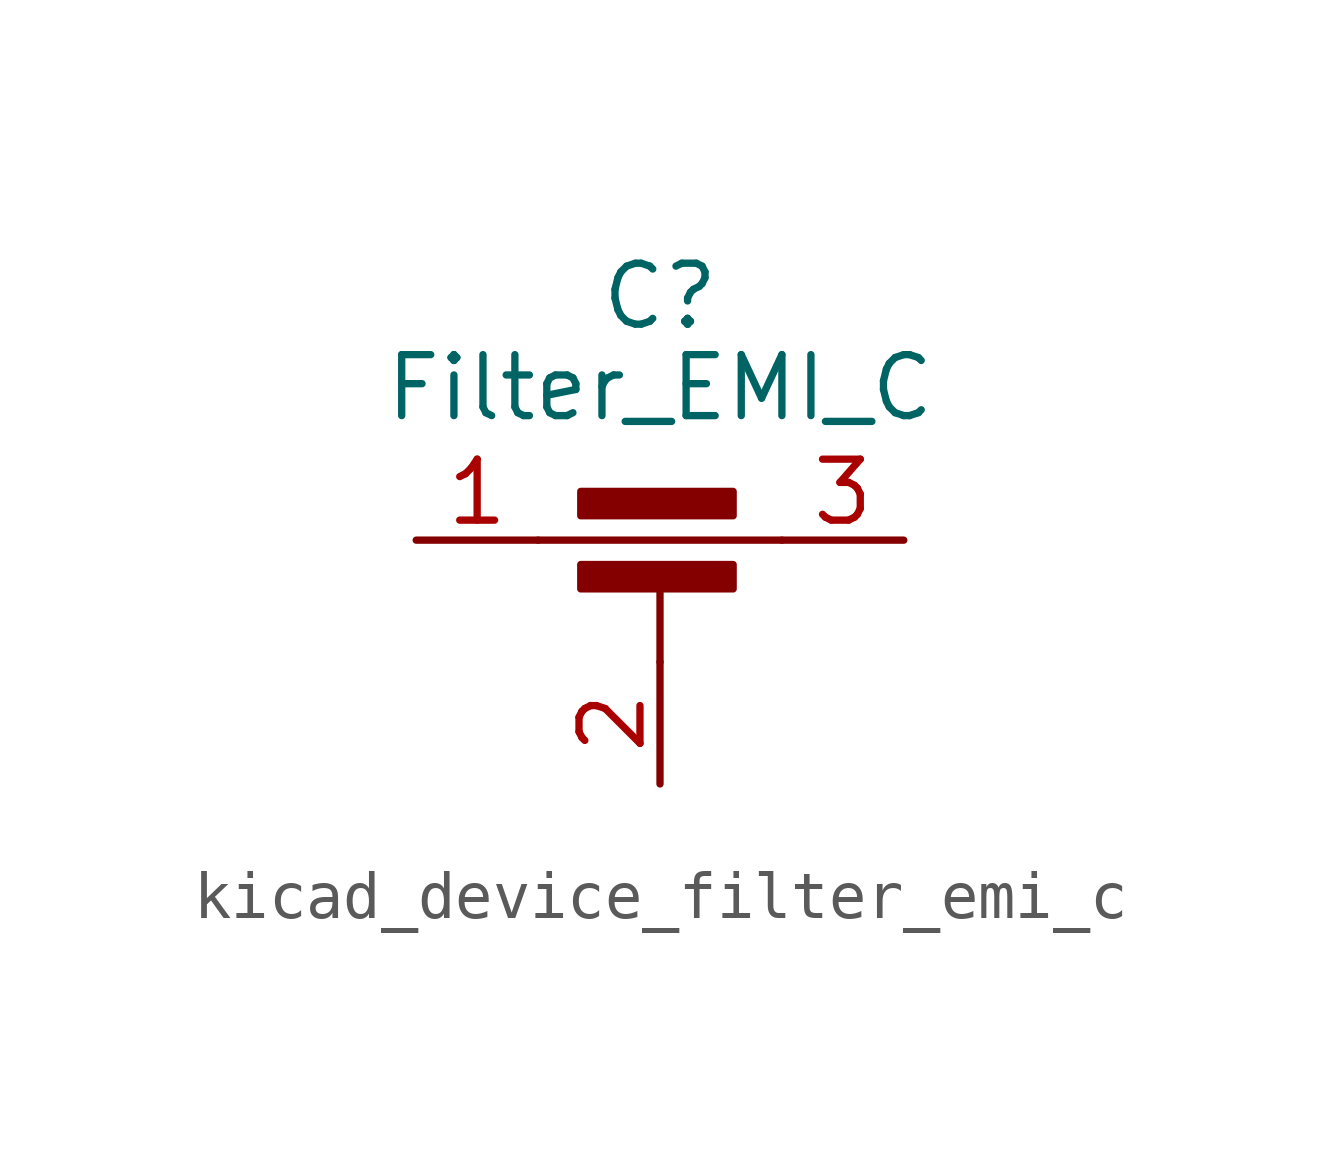
<source format=kicad_sym>
(kicad_symbol_lib
  (version 20220914)
  (generator kicad_symbol_editor)
  (symbol "kicad_device_filter_emi_c"
    (pin_names
      (offset 0.254) hide)
    (property "Reference" "C"
      (at 0 7.62 0)
      (effects (font (size 1.27 1.27))))
    (property "Value" "Filter_EMI_C"
      (at 0 5.715 0)
      (effects (font (size 1.27 1.27))))
    (symbol "kicad_device_filter_emi_c_0_1"
      (rectangle (start -1.651 1.524) (end 1.524 2.032) (stroke (width 0) (type default)) (fill (type outline)))
      (polyline (pts (xy -2.54 2.54) (xy 2.54 2.54)) (stroke (width 0) (type default)) (fill (type none)))
      (polyline (pts (xy 0 0) (xy 0 1.778)) (stroke (width 0) (type default)) (fill (type none)))
      (rectangle (start 1.524 3.048) (end -1.651 3.556) (stroke (width 0) (type default)) (fill (type outline))))
    (symbol "kicad_device_filter_emi_c_1_1"
      (pin passive line (at -5.08 2.54 0) (length 2.54) (name "1" (effects (font (size 1.27 1.27)))) (number "1" (effects (font (size 1.27 1.27)))))
      (pin passive line (at 0 -2.54 90) (length 2.54) (name "2" (effects (font (size 1.27 1.27)))) (number "2" (effects (font (size 1.27 1.27)))))
      (pin passive line (at 5.08 2.54 180) (length 2.54) (name "3" (effects (font (size 1.27 1.27)))) (number "3" (effects (font (size 1.27 1.27))))))))
</source>
